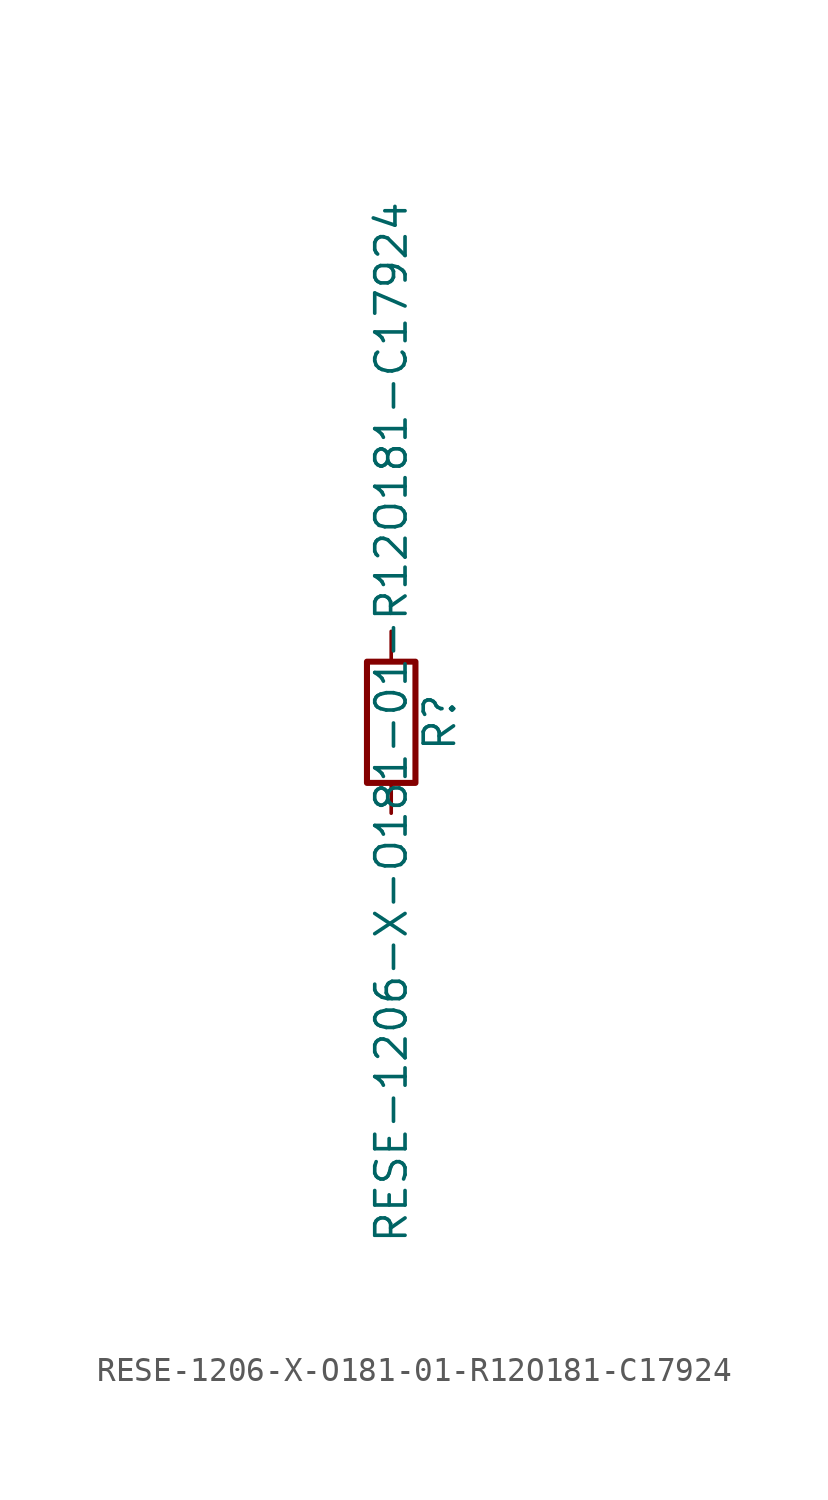
<source format=kicad_sym>
(kicad_symbol_lib
  (version 20211014)
  (generator kicad_symbol_editor)
  (symbol "RESE-1206-X-O181-01-R12O181-C17924"
    (pin_numbers hide)
    (pin_names
      (offset 0))
    (property "Reference" "R"
      (at 2.032 0 90)
      (effects (font (size 1.27 1.27))))
    (property "Value" "RESE-1206-X-O181-01-R12O181-C17924"
      (at 0 0 90)
      (effects (font (size 1.27 1.27))))
    (symbol "RESE-1206-X-O181-01-R12O181-C17924_0_1"
      (rectangle (start -1.016 -2.54) (end 1.016 2.54) (stroke (width 0.254) (type default) (color 0 0 0 0)) (fill (type none))))
    (symbol "RESE-1206-X-O181-01-R12O181-C17924_1_1"
      (pin passive line (at 0 3.81 270) (length 1.27) (name "~" (effects (font (size 1.27 1.27)))) (number "1" (effects (font (size 1.27 1.27)))))
      (pin passive line (at 0 -3.81 90) (length 1.27) (name "~" (effects (font (size 1.27 1.27)))) (number "2" (effects (font (size 1.27 1.27))))))))
</source>
